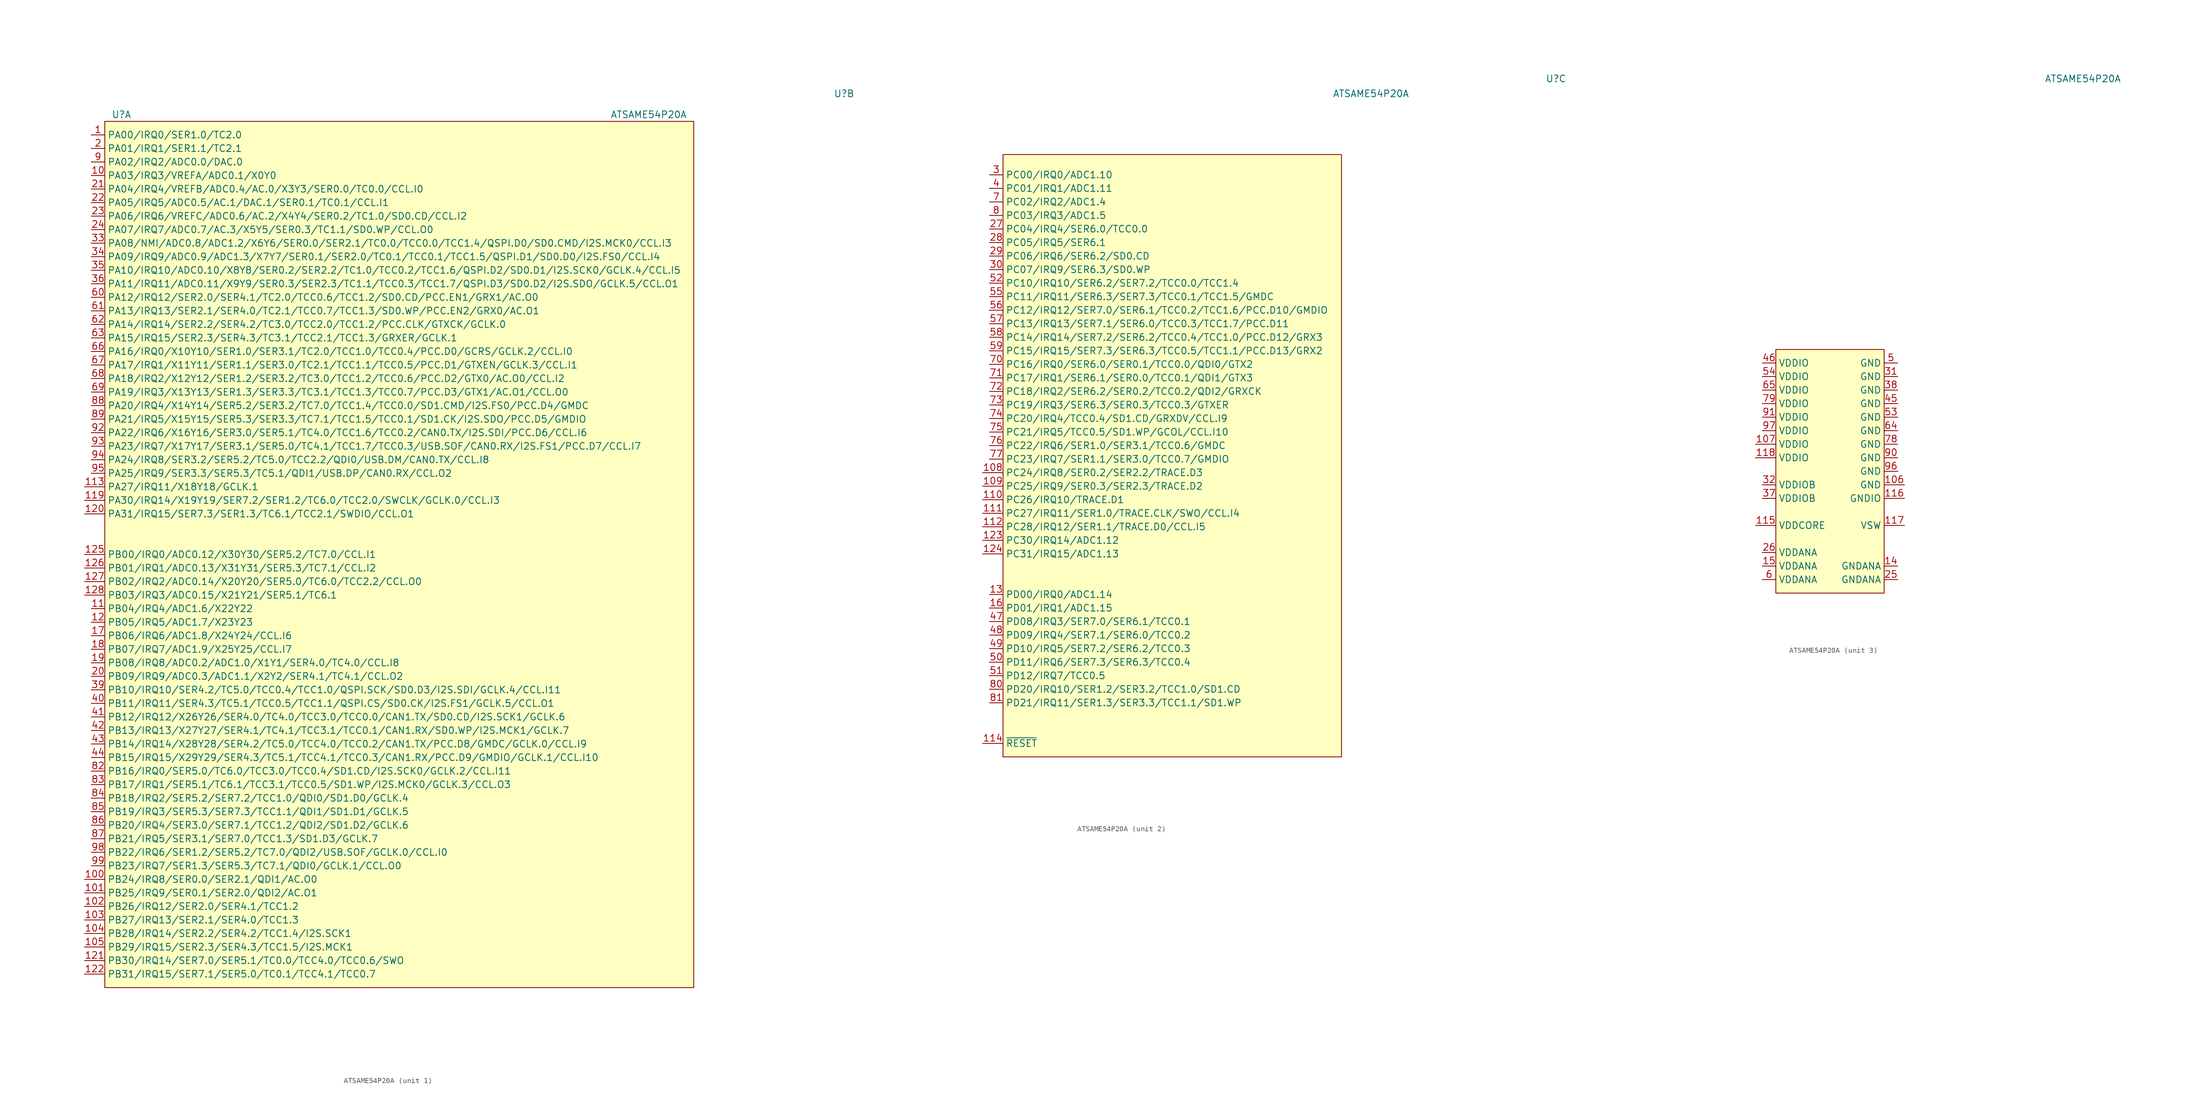
<source format=kicad_sym>
(kicad_symbol_lib
  (version 20231120)
  (generator "kicad_symbol_editor")
  (generator_version "8.0")
  (symbol "ATSAME54P20A"
    (property "Reference" "U"
      (at -53.34 78.74 0)
      (effects (font (size 1.27 1.27)) (justify left)))
    (property "Value" "ATSAME54P20A"
      (at 54.61 78.74 0)
      (effects (font (size 1.27 1.27)) (justify right)))
    (property "ki_locked" ""
      (at 0 0 0)
      (effects (font (size 1.27 1.27))))
    (symbol "ATSAME54P20A_1_1"
      (rectangle (start -54.61 -85.09) (end 55.88 77.47) (stroke (width 0) (type default)) (fill (type background)))
      (pin bidirectional line (at -57.15 74.93 0) (length 2.54) (name "PA00/IRQ0/SER1.0/TC2.0" (effects (font (size 1.27 1.27)))) (number "1" (effects (font (size 1.27 1.27)))))
      (pin bidirectional line (at -57.15 67.31 0) (length 2.54) (name "PA03/IRQ3/VREFA/ADC0.1/X0Y0" (effects (font (size 1.27 1.27)))) (number "10" (effects (font (size 1.27 1.27)))))
      (pin bidirectional line (at -58.42 -64.77 0) (length 3.81) (name "PB24/IRQ8/SER0.0/SER2.1/QDI1/AC.O0" (effects (font (size 1.27 1.27)))) (number "100" (effects (font (size 1.27 1.27)))))
      (pin bidirectional line (at -58.42 -67.31 0) (length 3.81) (name "PB25/IRQ9/SER0.1/SER2.0/QDI2/AC.O1" (effects (font (size 1.27 1.27)))) (number "101" (effects (font (size 1.27 1.27)))))
      (pin bidirectional line (at -58.42 -69.85 0) (length 3.81) (name "PB26/IRQ12/SER2.0/SER4.1/TCC1.2" (effects (font (size 1.27 1.27)))) (number "102" (effects (font (size 1.27 1.27)))))
      (pin bidirectional line (at -58.42 -72.39 0) (length 3.81) (name "PB27/IRQ13/SER2.1/SER4.0/TCC1.3" (effects (font (size 1.27 1.27)))) (number "103" (effects (font (size 1.27 1.27)))))
      (pin bidirectional line (at -58.42 -74.93 0) (length 3.81) (name "PB28/IRQ14/SER2.2/SER4.2/TCC1.4/I2S.SCK1" (effects (font (size 1.27 1.27)))) (number "104" (effects (font (size 1.27 1.27)))))
      (pin bidirectional line (at -58.42 -77.47 0) (length 3.81) (name "PB29/IRQ15/SER2.3/SER4.3/TCC1.5/I2S.MCK1" (effects (font (size 1.27 1.27)))) (number "105" (effects (font (size 1.27 1.27)))))
      (pin bidirectional line (at -57.15 -13.97 0) (length 2.54) (name "PB04/IRQ4/ADC1.6/X22Y22" (effects (font (size 1.27 1.27)))) (number "11" (effects (font (size 1.27 1.27)))))
      (pin bidirectional line (at -58.42 8.89 0) (length 3.81) (name "PA27/IRQ11/X18Y18/GCLK.1" (effects (font (size 1.27 1.27)))) (number "113" (effects (font (size 1.27 1.27)))))
      (pin bidirectional line (at -58.42 6.35 0) (length 3.81) (name "PA30/IRQ14/X19Y19/SER7.2/SER1.2/TC6.0/TCC2.0/SWCLK/GCLK.0/CCL.I3" (effects (font (size 1.27 1.27)))) (number "119" (effects (font (size 1.27 1.27)))))
      (pin bidirectional line (at -57.15 -16.51 0) (length 2.54) (name "PB05/IRQ5/ADC1.7/X23Y23" (effects (font (size 1.27 1.27)))) (number "12" (effects (font (size 1.27 1.27)))))
      (pin bidirectional line (at -58.42 3.81 0) (length 3.81) (name "PA31/IRQ15/SER7.3/SER1.3/TC6.1/TCC2.1/SWDIO/CCL.O1" (effects (font (size 1.27 1.27)))) (number "120" (effects (font (size 1.27 1.27)))))
      (pin bidirectional line (at -58.42 -80.01 0) (length 3.81) (name "PB30/IRQ14/SER7.0/SER5.1/TC0.0/TCC4.0/TCC0.6/SWO" (effects (font (size 1.27 1.27)))) (number "121" (effects (font (size 1.27 1.27)))))
      (pin bidirectional line (at -58.42 -82.55 0) (length 3.81) (name "PB31/IRQ15/SER7.1/SER5.0/TC0.1/TCC4.1/TCC0.7" (effects (font (size 1.27 1.27)))) (number "122" (effects (font (size 1.27 1.27)))))
      (pin bidirectional line (at -58.42 -3.81 0) (length 3.81) (name "PB00/IRQ0/ADC0.12/X30Y30/SER5.2/TC7.0/CCL.I1" (effects (font (size 1.27 1.27)))) (number "125" (effects (font (size 1.27 1.27)))))
      (pin bidirectional line (at -58.42 -6.35 0) (length 3.81) (name "PB01/IRQ1/ADC0.13/X31Y31/SER5.3/TC7.1/CCL.I2" (effects (font (size 1.27 1.27)))) (number "126" (effects (font (size 1.27 1.27)))))
      (pin bidirectional line (at -58.42 -8.89 0) (length 3.81) (name "PB02/IRQ2/ADC0.14/X20Y20/SER5.0/TC6.0/TCC2.2/CCL.O0" (effects (font (size 1.27 1.27)))) (number "127" (effects (font (size 1.27 1.27)))))
      (pin bidirectional line (at -58.42 -11.43 0) (length 3.81) (name "PB03/IRQ3/ADC0.15/X21Y21/SER5.1/TC6.1" (effects (font (size 1.27 1.27)))) (number "128" (effects (font (size 1.27 1.27)))))
      (pin bidirectional line (at -57.15 -19.05 0) (length 2.54) (name "PB06/IRQ6/ADC1.8/X24Y24/CCL.I6" (effects (font (size 1.27 1.27)))) (number "17" (effects (font (size 1.27 1.27)))))
      (pin bidirectional line (at -57.15 -21.59 0) (length 2.54) (name "PB07/IRQ7/ADC1.9/X25Y25/CCL.I7" (effects (font (size 1.27 1.27)))) (number "18" (effects (font (size 1.27 1.27)))))
      (pin bidirectional line (at -57.15 -24.13 0) (length 2.54) (name "PB08/IRQ8/ADC0.2/ADC1.0/X1Y1/SER4.0/TC4.0/CCL.I8" (effects (font (size 1.27 1.27)))) (number "19" (effects (font (size 1.27 1.27)))))
      (pin bidirectional line (at -57.15 72.39 0) (length 2.54) (name "PA01/IRQ1/SER1.1/TC2.1" (effects (font (size 1.27 1.27)))) (number "2" (effects (font (size 1.27 1.27)))))
      (pin bidirectional line (at -57.15 -26.67 0) (length 2.54) (name "PB09/IRQ9/ADC0.3/ADC1.1/X2Y2/SER4.1/TC4.1/CCL.O2" (effects (font (size 1.27 1.27)))) (number "20" (effects (font (size 1.27 1.27)))))
      (pin bidirectional line (at -57.15 64.77 0) (length 2.54) (name "PA04/IRQ4/VREFB/ADC0.4/AC.0/X3Y3/SER0.0/TC0.0/CCL.I0" (effects (font (size 1.27 1.27)))) (number "21" (effects (font (size 1.27 1.27)))))
      (pin bidirectional line (at -57.15 62.23 0) (length 2.54) (name "PA05/IRQ5/ADC0.5/AC.1/DAC.1/SER0.1/TC0.1/CCL.I1" (effects (font (size 1.27 1.27)))) (number "22" (effects (font (size 1.27 1.27)))))
      (pin bidirectional line (at -57.15 59.69 0) (length 2.54) (name "PA06/IRQ6/VREFC/ADC0.6/AC.2/X4Y4/SER0.2/TC1.0/SD0.CD/CCL.I2" (effects (font (size 1.27 1.27)))) (number "23" (effects (font (size 1.27 1.27)))))
      (pin bidirectional line (at -57.15 57.15 0) (length 2.54) (name "PA07/IRQ7/ADC0.7/AC.3/X5Y5/SER0.3/TC1.1/SD0.WP/CCL.O0" (effects (font (size 1.27 1.27)))) (number "24" (effects (font (size 1.27 1.27)))))
      (pin bidirectional line (at -57.15 54.61 0) (length 2.54) (name "PA08/NMI/ADC0.8/ADC1.2/X6Y6/SER0.0/SER2.1/TC0.0/TCC0.0/TCC1.4/QSPI.D0/SD0.CMD/I2S.MCK0/CCL.I3" (effects (font (size 1.27 1.27)))) (number "33" (effects (font (size 1.27 1.27)))))
      (pin bidirectional line (at -57.15 52.07 0) (length 2.54) (name "PA09/IRQ9/ADC0.9/ADC1.3/X7Y7/SER0.1/SER2.0/TC0.1/TCC0.1/TCC1.5/QSPI.D1/SD0.D0/I2S.FS0/CCL.I4" (effects (font (size 1.27 1.27)))) (number "34" (effects (font (size 1.27 1.27)))))
      (pin bidirectional line (at -57.15 49.53 0) (length 2.54) (name "PA10/IRQ10/ADC0.10/X8Y8/SER0.2/SER2.2/TC1.0/TCC0.2/TCC1.6/QSPI.D2/SD0.D1/I2S.SCK0/GCLK.4/CCL.I5" (effects (font (size 1.27 1.27)))) (number "35" (effects (font (size 1.27 1.27)))))
      (pin bidirectional line (at -57.15 46.99 0) (length 2.54) (name "PA11/IRQ11/ADC0.11/X9Y9/SER0.3/SER2.3/TC1.1/TCC0.3/TCC1.7/QSPI.D3/SD0.D2/I2S.SDO/GCLK.5/CCL.O1" (effects (font (size 1.27 1.27)))) (number "36" (effects (font (size 1.27 1.27)))))
      (pin bidirectional line (at -57.15 -29.21 0) (length 2.54) (name "PB10/IRQ10/SER4.2/TC5.0/TCC0.4/TCC1.0/QSPI.SCK/SD0.D3/I2S.SDI/GCLK.4/CCL.I11" (effects (font (size 1.27 1.27)))) (number "39" (effects (font (size 1.27 1.27)))))
      (pin bidirectional line (at -57.15 -31.75 0) (length 2.54) (name "PB11/IRQ11/SER4.3/TC5.1/TCC0.5/TCC1.1/QSPI.CS/SD0.CK/I2S.FS1/GCLK.5/CCL.O1" (effects (font (size 1.27 1.27)))) (number "40" (effects (font (size 1.27 1.27)))))
      (pin bidirectional line (at -57.15 -34.29 0) (length 2.54) (name "PB12/IRQ12/X26Y26/SER4.0/TC4.0/TCC3.0/TCC0.0/CAN1.TX/SD0.CD/I2S.SCK1/GCLK.6" (effects (font (size 1.27 1.27)))) (number "41" (effects (font (size 1.27 1.27)))))
      (pin bidirectional line (at -57.15 -36.83 0) (length 2.54) (name "PB13/IRQ13/X27Y27/SER4.1/TC4.1/TCC3.1/TCC0.1/CAN1.RX/SD0.WP/I2S.MCK1/GCLK.7" (effects (font (size 1.27 1.27)))) (number "42" (effects (font (size 1.27 1.27)))))
      (pin bidirectional line (at -57.15 -39.37 0) (length 2.54) (name "PB14/IRQ14/X28Y28/SER4.2/TC5.0/TCC4.0/TCC0.2/CAN1.TX/PCC.D8/GMDC/GCLK.0/CCL.I9" (effects (font (size 1.27 1.27)))) (number "43" (effects (font (size 1.27 1.27)))))
      (pin bidirectional line (at -57.15 -41.91 0) (length 2.54) (name "PB15/IRQ15/X29Y29/SER4.3/TC5.1/TCC4.1/TCC0.3/CAN1.RX/PCC.D9/GMDIO/GCLK.1/CCL.I10" (effects (font (size 1.27 1.27)))) (number "44" (effects (font (size 1.27 1.27)))))
      (pin bidirectional line (at -57.15 44.45 0) (length 2.54) (name "PA12/IRQ12/SER2.0/SER4.1/TC2.0/TCC0.6/TCC1.2/SD0.CD/PCC.EN1/GRX1/AC.O0" (effects (font (size 1.27 1.27)))) (number "60" (effects (font (size 1.27 1.27)))))
      (pin bidirectional line (at -57.15 41.91 0) (length 2.54) (name "PA13/IRQ13/SER2.1/SER4.0/TC2.1/TCC0.7/TCC1.3/SD0.WP/PCC.EN2/GRX0/AC.O1" (effects (font (size 1.27 1.27)))) (number "61" (effects (font (size 1.27 1.27)))))
      (pin bidirectional line (at -57.15 39.37 0) (length 2.54) (name "PA14/IRQ14/SER2.2/SER4.2/TC3.0/TCC2.0/TCC1.2/PCC.CLK/GTXCK/GCLK.0" (effects (font (size 1.27 1.27)))) (number "62" (effects (font (size 1.27 1.27)))))
      (pin bidirectional line (at -57.15 36.83 0) (length 2.54) (name "PA15/IRQ15/SER2.3/SER4.3/TC3.1/TCC2.1/TCC1.3/GRXER/GCLK.1" (effects (font (size 1.27 1.27)))) (number "63" (effects (font (size 1.27 1.27)))))
      (pin bidirectional line (at -57.15 34.29 0) (length 2.54) (name "PA16/IRQ0/X10Y10/SER1.0/SER3.1/TC2.0/TCC1.0/TCC0.4/PCC.D0/GCRS/GCLK.2/CCL.I0" (effects (font (size 1.27 1.27)))) (number "66" (effects (font (size 1.27 1.27)))))
      (pin bidirectional line (at -57.15 31.75 0) (length 2.54) (name "PA17/IRQ1/X11Y11/SER1.1/SER3.0/TC2.1/TCC1.1/TCC0.5/PCC.D1/GTXEN/GCLK.3/CCL.I1" (effects (font (size 1.27 1.27)))) (number "67" (effects (font (size 1.27 1.27)))))
      (pin bidirectional line (at -57.15 29.21 0) (length 2.54) (name "PA18/IRQ2/X12Y12/SER1.2/SER3.2/TC3.0/TCC1.2/TCC0.6/PCC.D2/GTX0/AC.O0/CCL.I2" (effects (font (size 1.27 1.27)))) (number "68" (effects (font (size 1.27 1.27)))))
      (pin bidirectional line (at -57.15 26.67 0) (length 2.54) (name "PA19/IRQ3/X13Y13/SER1.3/SER3.3/TC3.1/TCC1.3/TCC0.7/PCC.D3/GTX1/AC.O1/CCL.O0" (effects (font (size 1.27 1.27)))) (number "69" (effects (font (size 1.27 1.27)))))
      (pin bidirectional line (at -57.15 -44.45 0) (length 2.54) (name "PB16/IRQ0/SER5.0/TC6.0/TCC3.0/TCC0.4/SD1.CD/I2S.SCK0/GCLK.2/CCL.I11" (effects (font (size 1.27 1.27)))) (number "82" (effects (font (size 1.27 1.27)))))
      (pin bidirectional line (at -57.15 -46.99 0) (length 2.54) (name "PB17/IRQ1/SER5.1/TC6.1/TCC3.1/TCC0.5/SD1.WP/I2S.MCK0/GCLK.3/CCL.O3" (effects (font (size 1.27 1.27)))) (number "83" (effects (font (size 1.27 1.27)))))
      (pin bidirectional line (at -57.15 -49.53 0) (length 2.54) (name "PB18/IRQ2/SER5.2/SER7.2/TCC1.0/QDI0/SD1.D0/GCLK.4" (effects (font (size 1.27 1.27)))) (number "84" (effects (font (size 1.27 1.27)))))
      (pin bidirectional line (at -57.15 -52.07 0) (length 2.54) (name "PB19/IRQ3/SER5.3/SER7.3/TCC1.1/QDI1/SD1.D1/GCLK.5" (effects (font (size 1.27 1.27)))) (number "85" (effects (font (size 1.27 1.27)))))
      (pin bidirectional line (at -57.15 -54.61 0) (length 2.54) (name "PB20/IRQ4/SER3.0/SER7.1/TCC1.2/QDI2/SD1.D2/GCLK.6" (effects (font (size 1.27 1.27)))) (number "86" (effects (font (size 1.27 1.27)))))
      (pin bidirectional line (at -57.15 -57.15 0) (length 2.54) (name "PB21/IRQ5/SER3.1/SER7.0/TCC1.3/SD1.D3/GCLK.7" (effects (font (size 1.27 1.27)))) (number "87" (effects (font (size 1.27 1.27)))))
      (pin bidirectional line (at -57.15 24.13 0) (length 2.54) (name "PA20/IRQ4/X14Y14/SER5.2/SER3.2/TC7.0/TCC1.4/TCC0.0/SD1.CMD/I2S.FS0/PCC.D4/GMDC" (effects (font (size 1.27 1.27)))) (number "88" (effects (font (size 1.27 1.27)))))
      (pin bidirectional line (at -57.15 21.59 0) (length 2.54) (name "PA21/IRQ5/X15Y15/SER5.3/SER3.3/TC7.1/TCC1.5/TCC0.1/SD1.CK/I2S.SDO/PCC.D5/GMDIO" (effects (font (size 1.27 1.27)))) (number "89" (effects (font (size 1.27 1.27)))))
      (pin bidirectional line (at -57.15 69.85 0) (length 2.54) (name "PA02/IRQ2/ADC0.0/DAC.0" (effects (font (size 1.27 1.27)))) (number "9" (effects (font (size 1.27 1.27)))))
      (pin bidirectional line (at -57.15 19.05 0) (length 2.54) (name "PA22/IRQ6/X16Y16/SER3.0/SER5.1/TC4.0/TCC1.6/TCC0.2/CAN0.TX/I2S.SDI/PCC.D6/CCL.I6" (effects (font (size 1.27 1.27)))) (number "92" (effects (font (size 1.27 1.27)))))
      (pin bidirectional line (at -57.15 16.51 0) (length 2.54) (name "PA23/IRQ7/X17Y17/SER3.1/SER5.0/TC4.1/TCC1.7/TCC0.3/USB.SOF/CAN0.RX/I2S.FS1/PCC.D7/CCL.I7" (effects (font (size 1.27 1.27)))) (number "93" (effects (font (size 1.27 1.27)))))
      (pin bidirectional line (at -57.15 13.97 0) (length 2.54) (name "PA24/IRQ8/SER3.2/SER5.2/TC5.0/TCC2.2/QDI0/USB.DM/CAN0.TX/CCL.I8" (effects (font (size 1.27 1.27)))) (number "94" (effects (font (size 1.27 1.27)))))
      (pin bidirectional line (at -57.15 11.43 0) (length 2.54) (name "PA25/IRQ9/SER3.3/SER5.3/TC5.1/QDI1/USB.DP/CAN0.RX/CCL.O2" (effects (font (size 1.27 1.27)))) (number "95" (effects (font (size 1.27 1.27)))))
      (pin bidirectional line (at -57.15 -59.69 0) (length 2.54) (name "PB22/IRQ6/SER1.2/SER5.2/TC7.0/QDI2/USB.SOF/GCLK.0/CCL.I0" (effects (font (size 1.27 1.27)))) (number "98" (effects (font (size 1.27 1.27)))))
      (pin bidirectional line (at -57.15 -62.23 0) (length 2.54) (name "PB23/IRQ7/SER1.3/SER5.3/TC7.1/QDI0/GCLK.1/CCL.O0" (effects (font (size 1.27 1.27)))) (number "99" (effects (font (size 1.27 1.27))))))
    (symbol "ATSAME54P20A_2_1"
      (rectangle (start -21.59 -45.72) (end 41.91 67.31) (stroke (width 0) (type default)) (fill (type background)))
      (pin bidirectional line (at -25.4 7.62 0) (length 3.81) (name "PC24/IRQ8/SER0.2/SER2.2/TRACE.D3" (effects (font (size 1.27 1.27)))) (number "108" (effects (font (size 1.27 1.27)))))
      (pin bidirectional line (at -25.4 5.08 0) (length 3.81) (name "PC25/IRQ9/SER0.3/SER2.3/TRACE.D2" (effects (font (size 1.27 1.27)))) (number "109" (effects (font (size 1.27 1.27)))))
      (pin bidirectional line (at -25.4 2.54 0) (length 3.81) (name "PC26/IRQ10/TRACE.D1" (effects (font (size 1.27 1.27)))) (number "110" (effects (font (size 1.27 1.27)))))
      (pin bidirectional line (at -25.4 0 0) (length 3.81) (name "PC27/IRQ11/SER1.0/TRACE.CLK/SWO/CCL.I4" (effects (font (size 1.27 1.27)))) (number "111" (effects (font (size 1.27 1.27)))))
      (pin bidirectional line (at -25.4 -2.54 0) (length 3.81) (name "PC28/IRQ12/SER1.1/TRACE.D0/CCL.I5" (effects (font (size 1.27 1.27)))) (number "112" (effects (font (size 1.27 1.27)))))
      (pin input line (at -25.4 -43.18 0) (length 3.81) (name "~{RESET}" (effects (font (size 1.27 1.27)))) (number "114" (effects (font (size 1.27 1.27)))))
      (pin bidirectional line (at -25.4 -5.08 0) (length 3.81) (name "PC30/IRQ14/ADC1.12" (effects (font (size 1.27 1.27)))) (number "123" (effects (font (size 1.27 1.27)))))
      (pin bidirectional line (at -25.4 -7.62 0) (length 3.81) (name "PC31/IRQ15/ADC1.13" (effects (font (size 1.27 1.27)))) (number "124" (effects (font (size 1.27 1.27)))))
      (pin bidirectional line (at -24.13 -15.24 0) (length 2.54) (name "PD00/IRQ0/ADC1.14" (effects (font (size 1.27 1.27)))) (number "13" (effects (font (size 1.27 1.27)))))
      (pin bidirectional line (at -24.13 -17.78 0) (length 2.54) (name "PD01/IRQ1/ADC1.15" (effects (font (size 1.27 1.27)))) (number "16" (effects (font (size 1.27 1.27)))))
      (pin bidirectional line (at -24.13 53.34 0) (length 2.54) (name "PC04/IRQ4/SER6.0/TCC0.0" (effects (font (size 1.27 1.27)))) (number "27" (effects (font (size 1.27 1.27)))))
      (pin bidirectional line (at -24.13 50.8 0) (length 2.54) (name "PC05/IRQ5/SER6.1" (effects (font (size 1.27 1.27)))) (number "28" (effects (font (size 1.27 1.27)))))
      (pin bidirectional line (at -24.13 48.26 0) (length 2.54) (name "PC06/IRQ6/SER6.2/SD0.CD" (effects (font (size 1.27 1.27)))) (number "29" (effects (font (size 1.27 1.27)))))
      (pin bidirectional line (at -24.13 63.5 0) (length 2.54) (name "PC00/IRQ0/ADC1.10" (effects (font (size 1.27 1.27)))) (number "3" (effects (font (size 1.27 1.27)))))
      (pin bidirectional line (at -24.13 45.72 0) (length 2.54) (name "PC07/IRQ9/SER6.3/SD0.WP" (effects (font (size 1.27 1.27)))) (number "30" (effects (font (size 1.27 1.27)))))
      (pin bidirectional line (at -24.13 60.96 0) (length 2.54) (name "PC01/IRQ1/ADC1.11" (effects (font (size 1.27 1.27)))) (number "4" (effects (font (size 1.27 1.27)))))
      (pin bidirectional line (at -24.13 -20.32 0) (length 2.54) (name "PD08/IRQ3/SER7.0/SER6.1/TCC0.1" (effects (font (size 1.27 1.27)))) (number "47" (effects (font (size 1.27 1.27)))))
      (pin bidirectional line (at -24.13 -22.86 0) (length 2.54) (name "PD09/IRQ4/SER7.1/SER6.0/TCC0.2" (effects (font (size 1.27 1.27)))) (number "48" (effects (font (size 1.27 1.27)))))
      (pin bidirectional line (at -24.13 -25.4 0) (length 2.54) (name "PD10/IRQ5/SER7.2/SER6.2/TCC0.3" (effects (font (size 1.27 1.27)))) (number "49" (effects (font (size 1.27 1.27)))))
      (pin bidirectional line (at -24.13 -27.94 0) (length 2.54) (name "PD11/IRQ6/SER7.3/SER6.3/TCC0.4" (effects (font (size 1.27 1.27)))) (number "50" (effects (font (size 1.27 1.27)))))
      (pin bidirectional line (at -24.13 -30.48 0) (length 2.54) (name "PD12/IRQ7/TCC0.5" (effects (font (size 1.27 1.27)))) (number "51" (effects (font (size 1.27 1.27)))))
      (pin bidirectional line (at -24.13 43.18 0) (length 2.54) (name "PC10/IRQ10/SER6.2/SER7.2/TCC0.0/TCC1.4" (effects (font (size 1.27 1.27)))) (number "52" (effects (font (size 1.27 1.27)))))
      (pin bidirectional line (at -24.13 40.64 0) (length 2.54) (name "PC11/IRQ11/SER6.3/SER7.3/TCC0.1/TCC1.5/GMDC" (effects (font (size 1.27 1.27)))) (number "55" (effects (font (size 1.27 1.27)))))
      (pin bidirectional line (at -24.13 38.1 0) (length 2.54) (name "PC12/IRQ12/SER7.0/SER6.1/TCC0.2/TCC1.6/PCC.D10/GMDIO" (effects (font (size 1.27 1.27)))) (number "56" (effects (font (size 1.27 1.27)))))
      (pin bidirectional line (at -24.13 35.56 0) (length 2.54) (name "PC13/IRQ13/SER7.1/SER6.0/TCC0.3/TCC1.7/PCC.D11" (effects (font (size 1.27 1.27)))) (number "57" (effects (font (size 1.27 1.27)))))
      (pin bidirectional line (at -24.13 33.02 0) (length 2.54) (name "PC14/IRQ14/SER7.2/SER6.2/TCC0.4/TCC1.0/PCC.D12/GRX3" (effects (font (size 1.27 1.27)))) (number "58" (effects (font (size 1.27 1.27)))))
      (pin bidirectional line (at -24.13 30.48 0) (length 2.54) (name "PC15/IRQ15/SER7.3/SER6.3/TCC0.5/TCC1.1/PCC.D13/GRX2" (effects (font (size 1.27 1.27)))) (number "59" (effects (font (size 1.27 1.27)))))
      (pin bidirectional line (at -24.13 58.42 0) (length 2.54) (name "PC02/IRQ2/ADC1.4" (effects (font (size 1.27 1.27)))) (number "7" (effects (font (size 1.27 1.27)))))
      (pin bidirectional line (at -24.13 27.94 0) (length 2.54) (name "PC16/IRQ0/SER6.0/SER0.1/TCC0.0/QDI0/GTX2" (effects (font (size 1.27 1.27)))) (number "70" (effects (font (size 1.27 1.27)))))
      (pin bidirectional line (at -24.13 25.4 0) (length 2.54) (name "PC17/IRQ1/SER6.1/SER0.0/TCC0.1/QDI1/GTX3" (effects (font (size 1.27 1.27)))) (number "71" (effects (font (size 1.27 1.27)))))
      (pin bidirectional line (at -24.13 22.86 0) (length 2.54) (name "PC18/IRQ2/SER6.2/SER0.2/TCC0.2/QDI2/GRXCK" (effects (font (size 1.27 1.27)))) (number "72" (effects (font (size 1.27 1.27)))))
      (pin bidirectional line (at -24.13 20.32 0) (length 2.54) (name "PC19/IRQ3/SER6.3/SER0.3/TCC0.3/GTXER" (effects (font (size 1.27 1.27)))) (number "73" (effects (font (size 1.27 1.27)))))
      (pin bidirectional line (at -24.13 17.78 0) (length 2.54) (name "PC20/IRQ4/TCC0.4/SD1.CD/GRXDV/CCL.I9" (effects (font (size 1.27 1.27)))) (number "74" (effects (font (size 1.27 1.27)))))
      (pin bidirectional line (at -24.13 15.24 0) (length 2.54) (name "PC21/IRQ5/TCC0.5/SD1.WP/GCOL/CCL.I10" (effects (font (size 1.27 1.27)))) (number "75" (effects (font (size 1.27 1.27)))))
      (pin bidirectional line (at -24.13 12.7 0) (length 2.54) (name "PC22/IRQ6/SER1.0/SER3.1/TCC0.6/GMDC" (effects (font (size 1.27 1.27)))) (number "76" (effects (font (size 1.27 1.27)))))
      (pin bidirectional line (at -24.13 10.16 0) (length 2.54) (name "PC23/IRQ7/SER1.1/SER3.0/TCC0.7/GMDIO" (effects (font (size 1.27 1.27)))) (number "77" (effects (font (size 1.27 1.27)))))
      (pin bidirectional line (at -24.13 55.88 0) (length 2.54) (name "PC03/IRQ3/ADC1.5" (effects (font (size 1.27 1.27)))) (number "8" (effects (font (size 1.27 1.27)))))
      (pin bidirectional line (at -24.13 -33.02 0) (length 2.54) (name "PD20/IRQ10/SER1.2/SER3.2/TCC1.0/SD1.CD" (effects (font (size 1.27 1.27)))) (number "80" (effects (font (size 1.27 1.27)))))
      (pin bidirectional line (at -24.13 -35.56 0) (length 2.54) (name "PD21/IRQ11/SER1.3/SER3.3/TCC1.1/SD1.WP" (effects (font (size 1.27 1.27)))) (number "81" (effects (font (size 1.27 1.27))))))
    (symbol "ATSAME54P20A_3_1"
      (rectangle (start -10.16 27.94) (end 10.16 -17.78) (stroke (width 0) (type default)) (fill (type background)))
      (pin power_in line (at 13.97 2.54 180) (length 3.81) (name "GND" (effects (font (size 1.27 1.27)))) (number "106" (effects (font (size 1.27 1.27)))))
      (pin power_in line (at -13.97 10.16 0) (length 3.81) (name "VDDIO" (effects (font (size 1.27 1.27)))) (number "107" (effects (font (size 1.27 1.27)))))
      (pin power_in line (at -13.97 -5.08 0) (length 3.81) (name "VDDCORE" (effects (font (size 1.27 1.27)))) (number "115" (effects (font (size 1.27 1.27)))))
      (pin power_in line (at 13.97 0 180) (length 3.81) (name "GNDIO" (effects (font (size 1.27 1.27)))) (number "116" (effects (font (size 1.27 1.27)))))
      (pin power_out line (at 13.97 -5.08 180) (length 3.81) (name "VSW" (effects (font (size 1.27 1.27)))) (number "117" (effects (font (size 1.27 1.27)))))
      (pin power_in line (at -13.97 7.62 0) (length 3.81) (name "VDDIO" (effects (font (size 1.27 1.27)))) (number "118" (effects (font (size 1.27 1.27)))))
      (pin power_in line (at 12.7 -12.7 180) (length 2.54) (name "GNDANA" (effects (font (size 1.27 1.27)))) (number "14" (effects (font (size 1.27 1.27)))))
      (pin power_in line (at -12.7 -12.7 0) (length 2.54) (name "VDDANA" (effects (font (size 1.27 1.27)))) (number "15" (effects (font (size 1.27 1.27)))))
      (pin power_in line (at 12.7 -15.24 180) (length 2.54) (name "GNDANA" (effects (font (size 1.27 1.27)))) (number "25" (effects (font (size 1.27 1.27)))))
      (pin power_in line (at -12.7 -10.16 0) (length 2.54) (name "VDDANA" (effects (font (size 1.27 1.27)))) (number "26" (effects (font (size 1.27 1.27)))))
      (pin power_in line (at 12.7 22.86 180) (length 2.54) (name "GND" (effects (font (size 1.27 1.27)))) (number "31" (effects (font (size 1.27 1.27)))))
      (pin power_in line (at -12.7 2.54 0) (length 2.54) (name "VDDIOB" (effects (font (size 1.27 1.27)))) (number "32" (effects (font (size 1.27 1.27)))))
      (pin power_in line (at -12.7 0 0) (length 2.54) (name "VDDIOB" (effects (font (size 1.27 1.27)))) (number "37" (effects (font (size 1.27 1.27)))))
      (pin power_in line (at 12.7 20.32 180) (length 2.54) (name "GND" (effects (font (size 1.27 1.27)))) (number "38" (effects (font (size 1.27 1.27)))))
      (pin power_in line (at 12.7 17.78 180) (length 2.54) (name "GND" (effects (font (size 1.27 1.27)))) (number "45" (effects (font (size 1.27 1.27)))))
      (pin power_in line (at -12.7 25.4 0) (length 2.54) (name "VDDIO" (effects (font (size 1.27 1.27)))) (number "46" (effects (font (size 1.27 1.27)))))
      (pin power_in line (at 12.7 25.4 180) (length 2.54) (name "GND" (effects (font (size 1.27 1.27)))) (number "5" (effects (font (size 1.27 1.27)))))
      (pin power_in line (at 12.7 15.24 180) (length 2.54) (name "GND" (effects (font (size 1.27 1.27)))) (number "53" (effects (font (size 1.27 1.27)))))
      (pin power_in line (at -12.7 22.86 0) (length 2.54) (name "VDDIO" (effects (font (size 1.27 1.27)))) (number "54" (effects (font (size 1.27 1.27)))))
      (pin power_in line (at -12.7 -15.24 0) (length 2.54) (name "VDDANA" (effects (font (size 1.27 1.27)))) (number "6" (effects (font (size 1.27 1.27)))))
      (pin power_in line (at 12.7 12.7 180) (length 2.54) (name "GND" (effects (font (size 1.27 1.27)))) (number "64" (effects (font (size 1.27 1.27)))))
      (pin power_in line (at -12.7 20.32 0) (length 2.54) (name "VDDIO" (effects (font (size 1.27 1.27)))) (number "65" (effects (font (size 1.27 1.27)))))
      (pin power_in line (at 12.7 10.16 180) (length 2.54) (name "GND" (effects (font (size 1.27 1.27)))) (number "78" (effects (font (size 1.27 1.27)))))
      (pin power_in line (at -12.7 17.78 0) (length 2.54) (name "VDDIO" (effects (font (size 1.27 1.27)))) (number "79" (effects (font (size 1.27 1.27)))))
      (pin power_in line (at 12.7 7.62 180) (length 2.54) (name "GND" (effects (font (size 1.27 1.27)))) (number "90" (effects (font (size 1.27 1.27)))))
      (pin power_in line (at -12.7 15.24 0) (length 2.54) (name "VDDIO" (effects (font (size 1.27 1.27)))) (number "91" (effects (font (size 1.27 1.27)))))
      (pin power_in line (at 12.7 5.08 180) (length 2.54) (name "GND" (effects (font (size 1.27 1.27)))) (number "96" (effects (font (size 1.27 1.27)))))
      (pin power_in line (at -12.7 12.7 0) (length 2.54) (name "VDDIO" (effects (font (size 1.27 1.27)))) (number "97" (effects (font (size 1.27 1.27))))))))
</source>
